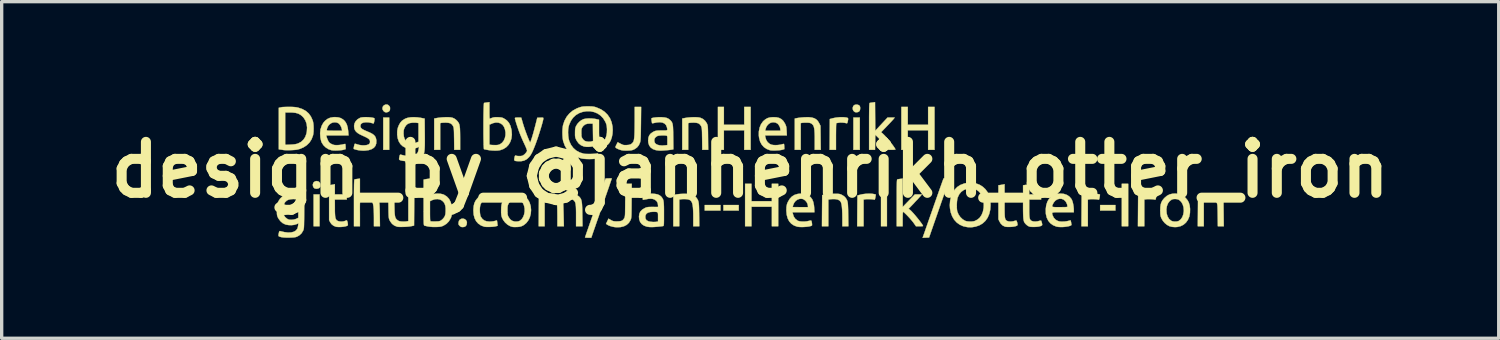
<source format=kicad_pcb>
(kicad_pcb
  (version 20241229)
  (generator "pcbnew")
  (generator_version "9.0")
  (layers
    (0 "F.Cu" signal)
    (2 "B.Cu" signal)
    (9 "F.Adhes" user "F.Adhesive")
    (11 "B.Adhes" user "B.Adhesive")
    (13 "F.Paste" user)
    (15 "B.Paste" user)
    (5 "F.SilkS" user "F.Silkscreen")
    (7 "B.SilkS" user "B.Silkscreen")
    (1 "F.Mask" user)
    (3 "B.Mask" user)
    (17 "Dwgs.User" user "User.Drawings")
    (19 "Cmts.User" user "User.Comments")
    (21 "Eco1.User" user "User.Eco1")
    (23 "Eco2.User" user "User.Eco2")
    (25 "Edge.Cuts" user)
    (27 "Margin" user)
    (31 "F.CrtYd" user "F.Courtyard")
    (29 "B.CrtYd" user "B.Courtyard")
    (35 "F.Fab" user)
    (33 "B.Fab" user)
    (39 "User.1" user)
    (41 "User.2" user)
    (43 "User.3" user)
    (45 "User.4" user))
  (footprint "design_by_@janhenrikh_otter_iron"
    (layer "F.Cu")
    (at 19.384 2.027)
    (property "Reference" "design_by_@janhenrikh_otter_iron" (at 0 0 0) (layer "F.SilkS") (effects (font (size 1.524 1.524) (thickness 0.3))))
    (attr through_hole)
    (fp_poly (pts (xy -12.878 1.689) (xy -13.056 1.689) (xy -13.056 0.737) (xy -12.878 0.737) (xy -12.878 1.689)) (stroke (width 0.01) (type solid)) (fill yes) (layer "F.SilkS"))
    (fp_poly (pts (xy -10.795 -0.597) (xy -10.973 -0.597) (xy -10.973 -1.562) (xy -10.795 -1.562) (xy -10.795 -0.597)) (stroke (width 0.01) (type solid)) (fill yes) (layer "F.SilkS"))
    (fp_poly (pts (xy -0.889 1.219) (xy -1.359 1.219) (xy -1.359 1.054) (xy -0.889 1.054) (xy -0.889 1.219)) (stroke (width 0.01) (type solid)) (fill yes) (layer "F.SilkS"))
    (fp_poly (pts (xy -0.343 1.219) (xy -0.8 1.219) (xy -0.8 1.054) (xy -0.343 1.054) (xy -0.343 1.219)) (stroke (width 0.01) (type solid)) (fill yes) (layer "F.SilkS"))
    (fp_poly (pts (xy 3.277 -0.597) (xy 3.086 -0.597) (xy 3.086 -1.562) (xy 3.277 -1.562) (xy 3.277 -0.597)) (stroke (width 0.01) (type solid)) (fill yes) (layer "F.SilkS"))
    (fp_poly (pts (xy 4.089 1.689) (xy 3.912 1.689) (xy 3.912 0.737) (xy 4.089 0.737) (xy 4.089 1.689)) (stroke (width 0.01) (type solid)) (fill yes) (layer "F.SilkS"))
    (fp_poly (pts (xy 10.922 1.219) (xy 10.465 1.219) (xy 10.465 1.054) (xy 10.922 1.054) (xy 10.922 1.219)) (stroke (width 0.01) (type solid)) (fill yes) (layer "F.SilkS"))
    (fp_poly (pts (xy 11.303 1.689) (xy 11.113 1.689) (xy 11.113 0.419) (xy 11.303 0.419) (xy 11.303 1.689)) (stroke (width 0.01) (type solid)) (fill yes) (layer "F.SilkS"))
    (fp_poly (pts (xy -0.787 -1.346) (xy -0.178 -1.346) (xy -0.178 -1.88) (xy 0.013 -1.88) (xy 0.013 -0.597) (xy -0.178 -0.597) (xy -0.178 -1.181) (xy -0.787 -1.181) (xy -0.787 -0.597) (xy -0.965 -0.597) (xy -0.965 -1.88) (xy -0.787 -1.88) (xy -0.787 -1.346)) (stroke (width 0.01) (type solid)) (fill yes) (layer "F.SilkS"))
    (fp_poly (pts (xy 0.038 0.94) (xy 0.648 0.94) (xy 0.648 0.419) (xy 0.838 0.419) (xy 0.838 1.689) (xy 0.648 1.689) (xy 0.648 1.105) (xy 0.038 1.105) (xy 0.038 1.689) (xy -0.152 1.689) (xy -0.152 0.419) (xy 0.038 0.419) (xy 0.038 0.94)) (stroke (width 0.01) (type solid)) (fill yes) (layer "F.SilkS"))
    (fp_poly (pts (xy 4.712 -1.346) (xy 5.321 -1.346) (xy 5.321 -1.88) (xy 5.512 -1.88) (xy 5.512 -0.597) (xy 5.321 -0.597) (xy 5.321 -1.181) (xy 4.712 -1.181) (xy 4.712 -0.597) (xy 4.521 -0.597) (xy 4.521 -1.88) (xy 4.712 -1.88) (xy 4.712 -1.346)) (stroke (width 0.01) (type solid)) (fill yes) (layer "F.SilkS"))
    (fp_poly (pts (xy -12.916 0.347) (xy -12.885 0.368) (xy -12.861 0.406) (xy -12.851 0.456) (xy -12.858 0.508) (xy -12.86 0.514) (xy -12.884 0.542) (xy -12.923 0.561) (xy -12.969 0.568) (xy -13.015 0.561) (xy -13.026 0.557) (xy -13.058 0.528) (xy -13.076 0.486) (xy -13.079 0.438) (xy -13.064 0.392) (xy -13.052 0.374) (xy -13.012 0.346) (xy -12.964 0.337) (xy -12.916 0.347)) (stroke (width 0.01) (type solid)) (fill yes) (layer "F.SilkS"))
    (fp_poly (pts (xy 4.044 0.344) (xy 4.082 0.37) (xy 4.107 0.409) (xy 4.115 0.451) (xy 4.111 0.498) (xy 4.096 0.529) (xy 4.067 0.551) (xy 4.063 0.553) (xy 4.008 0.57) (xy 3.956 0.563) (xy 3.943 0.557) (xy 3.906 0.523) (xy 3.887 0.478) (xy 3.888 0.429) (xy 3.91 0.381) (xy 3.917 0.372) (xy 3.956 0.343) (xy 4 0.335) (xy 4.044 0.344)) (stroke (width 0.01) (type solid)) (fill yes) (layer "F.SilkS"))
    (fp_poly (pts (xy -10.83 -1.94) (xy -10.81 -1.924) (xy -10.782 -1.895) (xy -10.771 -1.863) (xy -10.77 -1.841) (xy -10.773 -1.793) (xy -10.785 -1.762) (xy -10.81 -1.74) (xy -10.821 -1.733) (xy -10.874 -1.716) (xy -10.921 -1.723) (xy -10.961 -1.752) (xy -10.99 -1.796) (xy -10.998 -1.844) (xy -10.985 -1.889) (xy -10.955 -1.926) (xy -10.908 -1.949) (xy -10.896 -1.951) (xy -10.86 -1.952) (xy -10.83 -1.94)) (stroke (width 0.01) (type solid)) (fill yes) (layer "F.SilkS"))
    (fp_poly (pts (xy 3.218 -1.945) (xy 3.257 -1.928) (xy 3.281 -1.899) (xy 3.281 -1.898) (xy 3.289 -1.857) (xy 3.287 -1.81) (xy 3.276 -1.769) (xy 3.267 -1.754) (xy 3.234 -1.73) (xy 3.188 -1.719) (xy 3.142 -1.723) (xy 3.124 -1.73) (xy 3.088 -1.762) (xy 3.068 -1.807) (xy 3.066 -1.856) (xy 3.082 -1.903) (xy 3.094 -1.919) (xy 3.128 -1.942) (xy 3.172 -1.95) (xy 3.218 -1.945)) (stroke (width 0.01) (type solid)) (fill yes) (layer "F.SilkS"))
    (fp_poly (pts (xy -8.54 1.474) (xy -8.501 1.503) (xy -8.477 1.544) (xy -8.471 1.581) (xy -8.48 1.642) (xy -8.506 1.684) (xy -8.549 1.708) (xy -8.596 1.714) (xy -8.638 1.71) (xy -8.67 1.693) (xy -8.689 1.676) (xy -8.713 1.649) (xy -8.723 1.624) (xy -8.723 1.59) (xy -8.721 1.578) (xy -8.71 1.529) (xy -8.687 1.495) (xy -8.681 1.489) (xy -8.636 1.465) (xy -8.587 1.46) (xy -8.54 1.474)) (stroke (width 0.01) (type solid)) (fill yes) (layer "F.SilkS"))
    (fp_poly (pts (xy 5.874 0.257) (xy 5.876 0.257) (xy 5.964 0.26) (xy 5.349 2.026) (xy 5.156 2.033) (xy 5.207 1.89) (xy 5.294 1.641) (xy 5.372 1.417) (xy 5.444 1.214) (xy 5.507 1.033) (xy 5.563 0.874) (xy 5.612 0.734) (xy 5.654 0.614) (xy 5.69 0.513) (xy 5.72 0.43) (xy 5.743 0.364) (xy 5.761 0.315) (xy 5.773 0.281) (xy 5.78 0.263) (xy 5.782 0.259) (xy 5.797 0.256) (xy 5.83 0.255) (xy 5.874 0.257)) (stroke (width 0.01) (type solid)) (fill yes) (layer "F.SilkS"))
    (fp_poly (pts (xy 3.628 0.716) (xy 3.676 0.722) (xy 3.716 0.73) (xy 3.745 0.737) (xy 3.755 0.74) (xy 3.755 0.754) (xy 3.75 0.785) (xy 3.744 0.824) (xy 3.734 0.867) (xy 3.726 0.89) (xy 3.715 0.896) (xy 3.709 0.894) (xy 3.68 0.887) (xy 3.634 0.882) (xy 3.578 0.879) (xy 3.521 0.878) (xy 3.472 0.879) (xy 3.449 0.882) (xy 3.391 0.891) (xy 3.391 1.689) (xy 3.2 1.689) (xy 3.203 1.229) (xy 3.207 0.769) (xy 3.289 0.746) (xy 3.367 0.729) (xy 3.456 0.718) (xy 3.546 0.714) (xy 3.628 0.716)) (stroke (width 0.01) (type solid)) (fill yes) (layer "F.SilkS"))
    (fp_poly (pts (xy 10.334 0.716) (xy 10.381 0.722) (xy 10.421 0.73) (xy 10.45 0.737) (xy 10.459 0.74) (xy 10.459 0.753) (xy 10.455 0.784) (xy 10.449 0.823) (xy 10.44 0.867) (xy 10.432 0.89) (xy 10.422 0.896) (xy 10.415 0.894) (xy 10.386 0.888) (xy 10.339 0.882) (xy 10.283 0.879) (xy 10.227 0.878) (xy 10.177 0.879) (xy 10.155 0.882) (xy 10.097 0.891) (xy 10.097 1.689) (xy 9.906 1.689) (xy 9.909 1.229) (xy 9.912 0.769) (xy 9.995 0.746) (xy 10.073 0.729) (xy 10.162 0.718) (xy 10.252 0.714) (xy 10.334 0.716)) (stroke (width 0.01) (type solid)) (fill yes) (layer "F.SilkS"))
    (fp_poly (pts (xy 12.023 0.716) (xy 12.07 0.722) (xy 12.111 0.73) (xy 12.139 0.737) (xy 12.149 0.74) (xy 12.149 0.754) (xy 12.145 0.785) (xy 12.139 0.824) (xy 12.129 0.867) (xy 12.12 0.89) (xy 12.11 0.896) (xy 12.104 0.894) (xy 12.075 0.887) (xy 12.028 0.882) (xy 11.973 0.879) (xy 11.916 0.878) (xy 11.866 0.879) (xy 11.844 0.882) (xy 11.786 0.891) (xy 11.786 1.689) (xy 11.595 1.689) (xy 11.598 1.229) (xy 11.601 0.769) (xy 11.684 0.746) (xy 11.762 0.729) (xy 11.851 0.718) (xy 11.941 0.714) (xy 12.023 0.716)) (stroke (width 0.01) (type solid)) (fill yes) (layer "F.SilkS"))
    (fp_poly (pts (xy 2.821 -1.569) (xy 2.876 -1.563) (xy 2.909 -1.554) (xy 2.926 -1.539) (xy 2.929 -1.514) (xy 2.923 -1.474) (xy 2.92 -1.462) (xy 2.911 -1.419) (xy 2.902 -1.397) (xy 2.892 -1.39) (xy 2.88 -1.392) (xy 2.824 -1.404) (xy 2.757 -1.411) (xy 2.693 -1.412) (xy 2.657 -1.408) (xy 2.618 -1.402) (xy 2.589 -1.398) (xy 2.581 -1.398) (xy 2.577 -1.392) (xy 2.573 -1.374) (xy 2.57 -1.342) (xy 2.568 -1.293) (xy 2.567 -1.226) (xy 2.566 -1.138) (xy 2.565 -1.028) (xy 2.565 -0.997) (xy 2.565 -0.597) (xy 2.375 -0.597) (xy 2.378 -1.057) (xy 2.381 -1.517) (xy 2.464 -1.54) (xy 2.567 -1.561) (xy 2.679 -1.572) (xy 2.787 -1.572) (xy 2.821 -1.569)) (stroke (width 0.01) (type solid)) (fill yes) (layer "F.SilkS"))
    (fp_poly (pts (xy 13.854 0.717) (xy 13.897 0.723) (xy 13.981 0.753) (xy 14.052 0.805) (xy 14.109 0.877) (xy 14.116 0.889) (xy 14.154 0.959) (xy 14.158 1.324) (xy 14.162 1.689) (xy 13.985 1.689) (xy 13.98 1.362) (xy 13.979 1.261) (xy 13.977 1.182) (xy 13.975 1.122) (xy 13.973 1.077) (xy 13.969 1.044) (xy 13.964 1.019) (xy 13.958 1) (xy 13.951 0.985) (xy 13.919 0.936) (xy 13.88 0.904) (xy 13.828 0.886) (xy 13.766 0.878) (xy 13.711 0.877) (xy 13.656 0.879) (xy 13.621 0.882) (xy 13.564 0.891) (xy 13.564 1.689) (xy 13.385 1.689) (xy 13.389 1.222) (xy 13.392 0.756) (xy 13.468 0.74) (xy 13.538 0.728) (xy 13.619 0.72) (xy 13.704 0.715) (xy 13.785 0.714) (xy 13.854 0.717)) (stroke (width 0.01) (type solid)) (fill yes) (layer "F.SilkS"))
    (fp_poly (pts (xy 1.847 -1.561) (xy 1.92 -1.539) (xy 1.98 -1.503) (xy 2.027 -1.452) (xy 2.066 -1.387) (xy 2.102 -1.314) (xy 2.106 -0.956) (xy 2.11 -0.597) (xy 1.93 -0.597) (xy 1.93 -0.874) (xy 1.93 -0.996) (xy 1.927 -1.096) (xy 1.922 -1.176) (xy 1.914 -1.239) (xy 1.902 -1.288) (xy 1.886 -1.325) (xy 1.865 -1.353) (xy 1.838 -1.376) (xy 1.825 -1.385) (xy 1.797 -1.398) (xy 1.762 -1.406) (xy 1.712 -1.409) (xy 1.676 -1.409) (xy 1.623 -1.409) (xy 1.576 -1.406) (xy 1.545 -1.403) (xy 1.54 -1.402) (xy 1.511 -1.394) (xy 1.511 -0.597) (xy 1.333 -0.597) (xy 1.333 -1.532) (xy 1.413 -1.548) (xy 1.459 -1.555) (xy 1.521 -1.562) (xy 1.59 -1.568) (xy 1.645 -1.571) (xy 1.756 -1.572) (xy 1.847 -1.561)) (stroke (width 0.01) (type solid)) (fill yes) (layer "F.SilkS"))
    (fp_poly (pts (xy -4.155 0.257) (xy -4.14 0.261) (xy -4.14 0.261) (xy -4.144 0.275) (xy -4.156 0.31) (xy -4.175 0.365) (xy -4.2 0.438) (xy -4.23 0.527) (xy -4.266 0.63) (xy -4.306 0.745) (xy -4.349 0.869) (xy -4.395 1.002) (xy -4.415 1.059) (xy -4.463 1.197) (xy -4.509 1.331) (xy -4.553 1.457) (xy -4.594 1.573) (xy -4.63 1.678) (xy -4.662 1.769) (xy -4.688 1.844) (xy -4.707 1.899) (xy -4.719 1.934) (xy -4.721 1.94) (xy -4.752 2.032) (xy -4.846 2.032) (xy -4.891 2.031) (xy -4.924 2.028) (xy -4.939 2.023) (xy -4.94 2.022) (xy -4.935 2.009) (xy -4.923 1.974) (xy -4.904 1.918) (xy -4.879 1.845) (xy -4.847 1.755) (xy -4.811 1.65) (xy -4.77 1.533) (xy -4.725 1.405) (xy -4.677 1.269) (xy -4.631 1.137) (xy -4.323 0.26) (xy -4.232 0.257) (xy -4.187 0.256) (xy -4.155 0.257)) (stroke (width 0.01) (type solid)) (fill yes) (layer "F.SilkS"))
    (fp_poly (pts (xy -12.421 0.737) (xy -12.065 0.737) (xy -12.065 0.889) (xy -12.421 0.889) (xy -12.42 1.133) (xy -12.42 1.236) (xy -12.417 1.316) (xy -12.413 1.378) (xy -12.407 1.424) (xy -12.397 1.459) (xy -12.384 1.485) (xy -12.368 1.507) (xy -12.365 1.51) (xy -12.327 1.533) (xy -12.273 1.546) (xy -12.212 1.549) (xy -12.153 1.541) (xy -12.123 1.532) (xy -12.09 1.519) (xy -12.068 1.512) (xy -12.064 1.511) (xy -12.055 1.523) (xy -12.046 1.551) (xy -12.037 1.587) (xy -12.032 1.624) (xy -12.031 1.653) (xy -12.034 1.663) (xy -12.064 1.68) (xy -12.112 1.694) (xy -12.173 1.704) (xy -12.239 1.71) (xy -12.306 1.711) (xy -12.365 1.707) (xy -12.392 1.702) (xy -12.461 1.673) (xy -12.521 1.625) (xy -12.562 1.566) (xy -12.592 1.505) (xy -12.592 0.465) (xy -12.548 0.456) (xy -12.503 0.448) (xy -12.462 0.44) (xy -12.421 0.432) (xy -12.421 0.737)) (stroke (width 0.01) (type solid)) (fill yes) (layer "F.SilkS"))
    (fp_poly (pts (xy -1.875 0.718) (xy -1.827 0.72) (xy -1.791 0.724) (xy -1.761 0.732) (xy -1.732 0.743) (xy -1.711 0.753) (xy -1.645 0.795) (xy -1.602 0.842) (xy -1.583 0.872) (xy -1.567 0.9) (xy -1.555 0.928) (xy -1.546 0.961) (xy -1.539 1.002) (xy -1.534 1.055) (xy -1.531 1.121) (xy -1.529 1.206) (xy -1.527 1.312) (xy -1.527 1.337) (xy -1.522 1.689) (xy -1.702 1.689) (xy -1.702 1.438) (xy -1.703 1.309) (xy -1.707 1.203) (xy -1.713 1.117) (xy -1.723 1.049) (xy -1.736 0.996) (xy -1.754 0.956) (xy -1.776 0.927) (xy -1.805 0.905) (xy -1.817 0.899) (xy -1.856 0.886) (xy -1.913 0.878) (xy -1.977 0.876) (xy -2.04 0.878) (xy -2.081 0.884) (xy -2.121 0.892) (xy -2.121 1.689) (xy -2.299 1.689) (xy -2.299 0.753) (xy -2.2 0.735) (xy -2.147 0.728) (xy -2.077 0.722) (xy -2.002 0.719) (xy -1.943 0.718) (xy -1.875 0.718)) (stroke (width 0.01) (type solid)) (fill yes) (layer "F.SilkS"))
    (fp_poly (pts (xy 7.607 0.737) (xy 7.963 0.737) (xy 7.963 0.889) (xy 7.607 0.889) (xy 7.607 1.156) (xy 7.608 1.259) (xy 7.61 1.339) (xy 7.614 1.4) (xy 7.621 1.446) (xy 7.631 1.479) (xy 7.645 1.502) (xy 7.664 1.519) (xy 7.682 1.53) (xy 7.732 1.545) (xy 7.795 1.548) (xy 7.861 1.541) (xy 7.9 1.53) (xy 7.935 1.521) (xy 7.958 1.519) (xy 7.963 1.521) (xy 7.971 1.538) (xy 7.982 1.571) (xy 7.987 1.593) (xy 7.995 1.632) (xy 7.993 1.656) (xy 7.975 1.672) (xy 7.939 1.686) (xy 7.925 1.69) (xy 7.882 1.699) (xy 7.824 1.706) (xy 7.759 1.709) (xy 7.697 1.709) (xy 7.646 1.705) (xy 7.62 1.7) (xy 7.55 1.666) (xy 7.493 1.611) (xy 7.457 1.551) (xy 7.423 1.48) (xy 7.423 0.464) (xy 7.48 0.455) (xy 7.524 0.448) (xy 7.564 0.441) (xy 7.572 0.439) (xy 7.607 0.432) (xy 7.607 0.737)) (stroke (width 0.01) (type solid)) (fill yes) (layer "F.SilkS"))
    (fp_poly (pts (xy -10.64 1.051) (xy -10.637 1.159) (xy -10.635 1.245) (xy -10.631 1.313) (xy -10.625 1.364) (xy -10.618 1.404) (xy -10.608 1.434) (xy -10.594 1.459) (xy -10.578 1.48) (xy -10.574 1.484) (xy -10.543 1.511) (xy -10.506 1.532) (xy -10.468 1.542) (xy -10.413 1.548) (xy -10.352 1.549) (xy -10.294 1.546) (xy -10.263 1.541) (xy -10.223 1.534) (xy -10.223 0.737) (xy -10.045 0.737) (xy -10.052 1.669) (xy -10.128 1.685) (xy -10.18 1.694) (xy -10.246 1.701) (xy -10.32 1.706) (xy -10.394 1.708) (xy -10.462 1.709) (xy -10.519 1.707) (xy -10.557 1.702) (xy -10.557 1.702) (xy -10.642 1.668) (xy -10.711 1.615) (xy -10.766 1.541) (xy -10.785 1.505) (xy -10.793 1.485) (xy -10.8 1.465) (xy -10.805 1.442) (xy -10.809 1.412) (xy -10.812 1.372) (xy -10.814 1.319) (xy -10.816 1.249) (xy -10.817 1.159) (xy -10.818 1.089) (xy -10.822 0.737) (xy -10.645 0.737) (xy -10.64 1.051)) (stroke (width 0.01) (type solid)) (fill yes) (layer "F.SilkS"))
    (fp_poly (pts (xy -8.963 -1.568) (xy -8.9 -1.555) (xy -8.848 -1.532) (xy -8.802 -1.499) (xy -8.777 -1.476) (xy -8.749 -1.446) (xy -8.727 -1.416) (xy -8.709 -1.384) (xy -8.696 -1.345) (xy -8.687 -1.297) (xy -8.68 -1.236) (xy -8.677 -1.16) (xy -8.675 -1.065) (xy -8.674 -0.948) (xy -8.674 -0.929) (xy -8.674 -0.597) (xy -8.85 -0.597) (xy -8.854 -0.924) (xy -8.856 -1.025) (xy -8.857 -1.104) (xy -8.859 -1.164) (xy -8.862 -1.209) (xy -8.866 -1.243) (xy -8.87 -1.267) (xy -8.877 -1.286) (xy -8.884 -1.302) (xy -8.914 -1.35) (xy -8.953 -1.382) (xy -9.003 -1.401) (xy -9.071 -1.409) (xy -9.105 -1.41) (xy -9.158 -1.409) (xy -9.205 -1.406) (xy -9.237 -1.403) (xy -9.242 -1.402) (xy -9.271 -1.394) (xy -9.271 -0.597) (xy -9.449 -0.597) (xy -9.449 -1.532) (xy -9.369 -1.548) (xy -9.324 -1.555) (xy -9.262 -1.562) (xy -9.192 -1.568) (xy -9.137 -1.571) (xy -9.04 -1.573) (xy -8.963 -1.568)) (stroke (width 0.01) (type solid)) (fill yes) (layer "F.SilkS"))
    (fp_poly (pts (xy -1.557 -1.568) (xy -1.504 -1.559) (xy -1.498 -1.558) (xy -1.417 -1.522) (xy -1.349 -1.465) (xy -1.299 -1.393) (xy -1.294 -1.382) (xy -1.285 -1.361) (xy -1.278 -1.341) (xy -1.273 -1.318) (xy -1.269 -1.29) (xy -1.266 -1.251) (xy -1.264 -1.201) (xy -1.262 -1.134) (xy -1.261 -1.048) (xy -1.26 -0.956) (xy -1.256 -0.597) (xy -1.433 -0.597) (xy -1.437 -0.924) (xy -1.439 -1.025) (xy -1.44 -1.104) (xy -1.442 -1.164) (xy -1.445 -1.209) (xy -1.449 -1.243) (xy -1.454 -1.267) (xy -1.46 -1.286) (xy -1.467 -1.302) (xy -1.498 -1.35) (xy -1.536 -1.382) (xy -1.587 -1.401) (xy -1.655 -1.409) (xy -1.688 -1.41) (xy -1.742 -1.409) (xy -1.788 -1.406) (xy -1.82 -1.403) (xy -1.826 -1.402) (xy -1.854 -1.394) (xy -1.854 -0.597) (xy -2.032 -0.597) (xy -2.032 -1.532) (xy -1.953 -1.548) (xy -1.878 -1.56) (xy -1.795 -1.568) (xy -1.709 -1.572) (xy -1.628 -1.572) (xy -1.557 -1.568)) (stroke (width 0.01) (type solid)) (fill yes) (layer "F.SilkS"))
    (fp_poly (pts (xy 2.619 0.719) (xy 2.656 0.722) (xy 2.685 0.728) (xy 2.712 0.737) (xy 2.741 0.751) (xy 2.746 0.753) (xy 2.812 0.795) (xy 2.856 0.842) (xy 2.875 0.872) (xy 2.891 0.9) (xy 2.903 0.928) (xy 2.912 0.961) (xy 2.919 1.002) (xy 2.923 1.055) (xy 2.926 1.121) (xy 2.929 1.206) (xy 2.93 1.312) (xy 2.931 1.337) (xy 2.936 1.689) (xy 2.756 1.689) (xy 2.756 1.451) (xy 2.754 1.308) (xy 2.749 1.189) (xy 2.741 1.094) (xy 2.729 1.022) (xy 2.714 0.974) (xy 2.709 0.962) (xy 2.672 0.919) (xy 2.619 0.891) (xy 2.548 0.878) (xy 2.507 0.876) (xy 2.455 0.877) (xy 2.408 0.88) (xy 2.376 0.884) (xy 2.337 0.892) (xy 2.337 1.689) (xy 2.146 1.689) (xy 2.149 1.223) (xy 2.153 0.757) (xy 2.235 0.738) (xy 2.286 0.73) (xy 2.354 0.724) (xy 2.434 0.72) (xy 2.496 0.719) (xy 2.567 0.719) (xy 2.619 0.719)) (stroke (width 0.01) (type solid)) (fill yes) (layer "F.SilkS"))
    (fp_poly (pts (xy -3.546 0.93) (xy -3.547 1.058) (xy -3.548 1.162) (xy -3.549 1.247) (xy -3.55 1.314) (xy -3.552 1.366) (xy -3.554 1.405) (xy -3.558 1.435) (xy -3.562 1.458) (xy -3.567 1.476) (xy -3.573 1.493) (xy -3.58 1.508) (xy -3.628 1.586) (xy -3.694 1.647) (xy -3.777 1.69) (xy -3.875 1.714) (xy -3.988 1.719) (xy -4.053 1.714) (xy -4.122 1.701) (xy -4.19 1.681) (xy -4.248 1.657) (xy -4.281 1.637) (xy -4.311 1.615) (xy -4.274 1.538) (xy -4.237 1.461) (xy -4.167 1.502) (xy -4.131 1.522) (xy -4.1 1.534) (xy -4.067 1.54) (xy -4.023 1.543) (xy -3.979 1.543) (xy -3.909 1.54) (xy -3.857 1.531) (xy -3.819 1.512) (xy -3.788 1.481) (xy -3.766 1.446) (xy -3.759 1.434) (xy -3.754 1.42) (xy -3.75 1.402) (xy -3.746 1.376) (xy -3.743 1.341) (xy -3.741 1.294) (xy -3.74 1.232) (xy -3.739 1.153) (xy -3.738 1.054) (xy -3.737 0.932) (xy -3.736 0.911) (xy -3.733 0.419) (xy -3.542 0.419) (xy -3.546 0.93)) (stroke (width 0.01) (type solid)) (fill yes) (layer "F.SilkS"))
    (fp_poly (pts (xy 3.74 -1.167) (xy 4.108 -1.562) (xy 4.32 -1.562) (xy 4.295 -1.527) (xy 4.278 -1.507) (xy 4.247 -1.473) (xy 4.205 -1.427) (xy 4.154 -1.373) (xy 4.099 -1.315) (xy 4.092 -1.308) (xy 3.915 -1.124) (xy 3.978 -1.068) (xy 4.016 -1.031) (xy 4.061 -0.983) (xy 4.11 -0.926) (xy 4.161 -0.865) (xy 4.211 -0.803) (xy 4.257 -0.744) (xy 4.295 -0.691) (xy 4.324 -0.647) (xy 4.341 -0.617) (xy 4.343 -0.607) (xy 4.332 -0.603) (xy 4.301 -0.599) (xy 4.256 -0.597) (xy 4.239 -0.597) (xy 4.134 -0.598) (xy 4.077 -0.683) (xy 4.047 -0.723) (xy 4.003 -0.775) (xy 3.952 -0.833) (xy 3.897 -0.891) (xy 3.88 -0.908) (xy 3.74 -1.048) (xy 3.737 -0.822) (xy 3.733 -0.597) (xy 3.556 -0.597) (xy 3.556 -1.294) (xy 3.556 -1.449) (xy 3.556 -1.58) (xy 3.557 -1.69) (xy 3.558 -1.779) (xy 3.559 -1.85) (xy 3.561 -1.905) (xy 3.563 -1.946) (xy 3.565 -1.973) (xy 3.568 -1.99) (xy 3.572 -1.997) (xy 3.573 -1.998) (xy 3.595 -2.003) (xy 3.632 -2.009) (xy 3.662 -2.013) (xy 3.733 -2.022) (xy 3.74 -1.167)) (stroke (width 0.01) (type solid)) (fill yes) (layer "F.SilkS"))
    (fp_poly (pts (xy -3.267 -1.381) (xy -3.269 -1.251) (xy -3.27 -1.144) (xy -3.272 -1.056) (xy -3.274 -0.987) (xy -3.277 -0.933) (xy -3.28 -0.891) (xy -3.284 -0.859) (xy -3.289 -0.835) (xy -3.293 -0.818) (xy -3.331 -0.733) (xy -3.384 -0.668) (xy -3.454 -0.619) (xy -3.463 -0.614) (xy -3.499 -0.598) (xy -3.533 -0.587) (xy -3.57 -0.58) (xy -3.619 -0.576) (xy -3.677 -0.574) (xy -3.745 -0.574) (xy -3.795 -0.576) (xy -3.837 -0.582) (xy -3.878 -0.593) (xy -3.902 -0.601) (xy -3.948 -0.619) (xy -3.988 -0.638) (xy -4.012 -0.653) (xy -4.025 -0.666) (xy -4.03 -0.679) (xy -4.025 -0.699) (xy -4.009 -0.732) (xy -4 -0.75) (xy -3.963 -0.824) (xy -3.877 -0.779) (xy -3.83 -0.756) (xy -3.795 -0.743) (xy -3.759 -0.738) (xy -3.713 -0.738) (xy -3.693 -0.739) (xy -3.626 -0.745) (xy -3.575 -0.761) (xy -3.536 -0.788) (xy -3.503 -0.826) (xy -3.491 -0.848) (xy -3.481 -0.878) (xy -3.473 -0.919) (xy -3.466 -0.972) (xy -3.461 -1.041) (xy -3.458 -1.127) (xy -3.456 -1.232) (xy -3.455 -1.359) (xy -3.454 -1.451) (xy -3.454 -1.88) (xy -3.262 -1.88) (xy -3.267 -1.381)) (stroke (width 0.01) (type solid)) (fill yes) (layer "F.SilkS"))
    (fp_poly (pts (xy 8.344 0.737) (xy 8.7 0.737) (xy 8.7 0.889) (xy 8.344 0.889) (xy 8.344 1.156) (xy 8.344 1.259) (xy 8.346 1.339) (xy 8.35 1.4) (xy 8.357 1.446) (xy 8.367 1.479) (xy 8.382 1.502) (xy 8.4 1.519) (xy 8.418 1.53) (xy 8.469 1.545) (xy 8.531 1.548) (xy 8.598 1.541) (xy 8.637 1.53) (xy 8.671 1.521) (xy 8.695 1.519) (xy 8.7 1.521) (xy 8.708 1.538) (xy 8.718 1.571) (xy 8.724 1.593) (xy 8.732 1.632) (xy 8.729 1.656) (xy 8.712 1.672) (xy 8.676 1.686) (xy 8.661 1.69) (xy 8.617 1.7) (xy 8.557 1.706) (xy 8.49 1.709) (xy 8.426 1.708) (xy 8.373 1.704) (xy 8.351 1.699) (xy 8.31 1.681) (xy 8.266 1.649) (xy 8.249 1.633) (xy 8.228 1.611) (xy 8.211 1.59) (xy 8.196 1.567) (xy 8.185 1.539) (xy 8.177 1.505) (xy 8.17 1.46) (xy 8.166 1.404) (xy 8.163 1.334) (xy 8.161 1.246) (xy 8.16 1.139) (xy 8.16 1.01) (xy 8.16 0.959) (xy 8.16 0.464) (xy 8.217 0.455) (xy 8.261 0.448) (xy 8.3 0.441) (xy 8.309 0.439) (xy 8.344 0.432) (xy 8.344 0.737)) (stroke (width 0.01) (type solid)) (fill yes) (layer "F.SilkS"))
    (fp_poly (pts (xy 4.56 0.688) (xy 4.561 1.111) (xy 4.924 0.737) (xy 5.133 0.737) (xy 5.106 0.772) (xy 5.089 0.792) (xy 5.057 0.826) (xy 5.015 0.873) (xy 4.964 0.926) (xy 4.91 0.984) (xy 4.908 0.987) (xy 4.737 1.167) (xy 4.782 1.201) (xy 4.811 1.227) (xy 4.849 1.267) (xy 4.895 1.318) (xy 4.944 1.375) (xy 4.995 1.437) (xy 5.044 1.498) (xy 5.088 1.556) (xy 5.126 1.607) (xy 5.153 1.648) (xy 5.167 1.675) (xy 5.169 1.681) (xy 5.157 1.685) (xy 5.126 1.688) (xy 5.081 1.689) (xy 5.064 1.689) (xy 4.958 1.689) (xy 4.889 1.591) (xy 4.858 1.55) (xy 4.817 1.501) (xy 4.772 1.449) (xy 4.724 1.397) (xy 4.677 1.348) (xy 4.635 1.307) (xy 4.601 1.276) (xy 4.579 1.259) (xy 4.573 1.257) (xy 4.568 1.268) (xy 4.563 1.299) (xy 4.561 1.353) (xy 4.559 1.431) (xy 4.559 1.473) (xy 4.559 1.689) (xy 4.381 1.689) (xy 4.381 0.992) (xy 4.382 0.837) (xy 4.382 0.706) (xy 4.382 0.596) (xy 4.383 0.507) (xy 4.385 0.436) (xy 4.386 0.381) (xy 4.388 0.34) (xy 4.391 0.313) (xy 4.394 0.296) (xy 4.398 0.289) (xy 4.399 0.288) (xy 4.42 0.283) (xy 4.457 0.277) (xy 4.487 0.273) (xy 4.559 0.264) (xy 4.56 0.688)) (stroke (width 0.01) (type solid)) (fill yes) (layer "F.SilkS"))
    (fp_poly (pts (xy -11.671 0.739) (xy -11.617 0.728) (xy -11.579 0.723) (xy -11.526 0.72) (xy -11.466 0.718) (xy -11.449 0.718) (xy -11.389 0.719) (xy -11.346 0.723) (xy -11.31 0.732) (xy -11.272 0.749) (xy -11.263 0.753) (xy -11.218 0.779) (xy -11.178 0.811) (xy -11.158 0.832) (xy -11.137 0.861) (xy -11.12 0.888) (xy -11.107 0.918) (xy -11.097 0.953) (xy -11.09 0.997) (xy -11.085 1.053) (xy -11.082 1.124) (xy -11.079 1.214) (xy -11.077 1.326) (xy -11.077 1.337) (xy -11.072 1.689) (xy -11.252 1.689) (xy -11.252 1.432) (xy -11.254 1.296) (xy -11.258 1.184) (xy -11.266 1.093) (xy -11.279 1.022) (xy -11.298 0.967) (xy -11.323 0.928) (xy -11.357 0.901) (xy -11.399 0.886) (xy -11.451 0.88) (xy -11.514 0.88) (xy -11.519 0.88) (xy -11.561 0.882) (xy -11.595 0.883) (xy -11.621 0.887) (xy -11.64 0.896) (xy -11.654 0.912) (xy -11.663 0.939) (xy -11.669 0.978) (xy -11.671 1.033) (xy -11.672 1.106) (xy -11.672 1.199) (xy -11.671 1.297) (xy -11.671 1.689) (xy -11.849 1.689) (xy -11.849 0.992) (xy -11.849 0.837) (xy -11.849 0.706) (xy -11.848 0.596) (xy -11.847 0.507) (xy -11.846 0.436) (xy -11.844 0.381) (xy -11.842 0.34) (xy -11.84 0.313) (xy -11.837 0.296) (xy -11.833 0.289) (xy -11.832 0.288) (xy -11.811 0.283) (xy -11.773 0.277) (xy -11.743 0.273) (xy -11.671 0.264) (xy -11.671 0.739)) (stroke (width 0.01) (type solid)) (fill yes) (layer "F.SilkS"))
    (fp_poly (pts (xy -7.748 0.714) (xy -7.686 0.721) (xy -7.633 0.732) (xy -7.593 0.745) (xy -7.572 0.759) (xy -7.569 0.766) (xy -7.572 0.786) (xy -7.58 0.822) (xy -7.59 0.862) (xy -7.6 0.896) (xy -7.601 0.897) (xy -7.612 0.904) (xy -7.638 0.9) (xy -7.66 0.893) (xy -7.718 0.88) (xy -7.784 0.874) (xy -7.85 0.876) (xy -7.906 0.885) (xy -7.925 0.892) (xy -7.988 0.932) (xy -8.041 0.993) (xy -8.06 1.026) (xy -8.074 1.072) (xy -8.083 1.134) (xy -8.086 1.204) (xy -8.083 1.276) (xy -8.075 1.341) (xy -8.062 1.392) (xy -8.056 1.403) (xy -8.011 1.468) (xy -7.956 1.513) (xy -7.886 1.54) (xy -7.8 1.549) (xy -7.788 1.549) (xy -7.731 1.546) (xy -7.674 1.539) (xy -7.638 1.531) (xy -7.603 1.521) (xy -7.579 1.515) (xy -7.574 1.515) (xy -7.571 1.528) (xy -7.567 1.559) (xy -7.562 1.596) (xy -7.553 1.674) (xy -7.603 1.689) (xy -7.645 1.697) (xy -7.704 1.704) (xy -7.771 1.708) (xy -7.839 1.709) (xy -7.899 1.708) (xy -7.945 1.703) (xy -7.954 1.701) (xy -8.051 1.665) (xy -8.132 1.61) (xy -8.196 1.537) (xy -8.242 1.447) (xy -8.27 1.34) (xy -8.278 1.219) (xy -8.277 1.182) (xy -8.268 1.081) (xy -8.248 0.999) (xy -8.215 0.928) (xy -8.167 0.864) (xy -8.142 0.837) (xy -8.076 0.781) (xy -8.009 0.743) (xy -7.932 0.72) (xy -7.841 0.712) (xy -7.812 0.711) (xy -7.748 0.714)) (stroke (width 0.01) (type solid)) (fill yes) (layer "F.SilkS"))
    (fp_poly (pts (xy -13.702 -1.88) (xy -13.635 -1.876) (xy -13.578 -1.87) (xy -13.526 -1.86) (xy -13.509 -1.855) (xy -13.387 -1.813) (xy -13.285 -1.756) (xy -13.201 -1.682) (xy -13.136 -1.591) (xy -13.086 -1.481) (xy -13.076 -1.448) (xy -13.064 -1.389) (xy -13.057 -1.313) (xy -13.055 -1.229) (xy -13.057 -1.145) (xy -13.065 -1.069) (xy -13.075 -1.023) (xy -13.117 -0.912) (xy -13.179 -0.815) (xy -13.261 -0.734) (xy -13.36 -0.669) (xy -13.477 -0.621) (xy -13.546 -0.603) (xy -13.588 -0.597) (xy -13.647 -0.592) (xy -13.715 -0.588) (xy -13.787 -0.586) (xy -13.855 -0.585) (xy -13.912 -0.587) (xy -13.952 -0.59) (xy -13.957 -0.591) (xy -13.981 -0.595) (xy -14.018 -0.601) (xy -14.037 -0.603) (xy -14.097 -0.611) (xy -14.097 -1.232) (xy -14.097 -1.714) (xy -13.906 -1.714) (xy -13.906 -0.746) (xy -13.751 -0.752) (xy -13.672 -0.757) (xy -13.611 -0.764) (xy -13.562 -0.774) (xy -13.52 -0.788) (xy -13.431 -0.834) (xy -13.36 -0.899) (xy -13.306 -0.982) (xy -13.27 -1.083) (xy -13.258 -1.145) (xy -13.251 -1.264) (xy -13.265 -1.374) (xy -13.301 -1.474) (xy -13.356 -1.56) (xy -13.392 -1.598) (xy -13.45 -1.645) (xy -13.514 -1.679) (xy -13.589 -1.701) (xy -13.68 -1.712) (xy -13.768 -1.714) (xy -13.906 -1.714) (xy -14.097 -1.714) (xy -14.097 -1.854) (xy -14.065 -1.86) (xy -14.026 -1.868) (xy -14.001 -1.874) (xy -13.976 -1.876) (xy -13.932 -1.878) (xy -13.874 -1.88) (xy -13.808 -1.881) (xy -13.788 -1.881) (xy -13.702 -1.88)) (stroke (width 0.01) (type solid)) (fill yes) (layer "F.SilkS"))
    (fp_poly (pts (xy 0.779 -1.57) (xy 0.864 -1.551) (xy 0.935 -1.514) (xy 0.992 -1.458) (xy 1.04 -1.382) (xy 1.043 -1.377) (xy 1.062 -1.335) (xy 1.075 -1.298) (xy 1.083 -1.257) (xy 1.087 -1.205) (xy 1.09 -1.161) (xy 1.096 -1.029) (xy 0.443 -1.029) (xy 0.452 -0.981) (xy 0.477 -0.896) (xy 0.52 -0.827) (xy 0.58 -0.776) (xy 0.634 -0.751) (xy 0.685 -0.741) (xy 0.752 -0.737) (xy 0.825 -0.74) (xy 0.895 -0.749) (xy 0.93 -0.757) (xy 0.97 -0.768) (xy 0.999 -0.773) (xy 1.01 -0.773) (xy 1.013 -0.758) (xy 1.017 -0.725) (xy 1.019 -0.692) (xy 1.022 -0.618) (xy 0.965 -0.6) (xy 0.921 -0.591) (xy 0.861 -0.583) (xy 0.792 -0.579) (xy 0.721 -0.576) (xy 0.658 -0.577) (xy 0.608 -0.582) (xy 0.594 -0.584) (xy 0.494 -0.622) (xy 0.411 -0.678) (xy 0.345 -0.752) (xy 0.296 -0.843) (xy 0.267 -0.951) (xy 0.258 -1.022) (xy 0.259 -1.146) (xy 0.264 -1.168) (xy 0.447 -1.168) (xy 0.902 -1.168) (xy 0.902 -1.209) (xy 0.893 -1.26) (xy 0.869 -1.315) (xy 0.836 -1.362) (xy 0.812 -1.385) (xy 0.75 -1.414) (xy 0.683 -1.421) (xy 0.616 -1.408) (xy 0.556 -1.373) (xy 0.552 -1.369) (xy 0.508 -1.323) (xy 0.478 -1.272) (xy 0.46 -1.216) (xy 0.447 -1.168) (xy 0.264 -1.168) (xy 0.281 -1.259) (xy 0.322 -1.359) (xy 0.381 -1.443) (xy 0.396 -1.459) (xy 0.457 -1.51) (xy 0.519 -1.545) (xy 0.591 -1.565) (xy 0.676 -1.573) (xy 0.779 -1.57)) (stroke (width 0.01) (type solid)) (fill yes) (layer "F.SilkS"))
    (fp_poly (pts (xy 12.805 0.719) (xy 12.89 0.745) (xy 12.966 0.791) (xy 13.018 0.837) (xy 13.076 0.907) (xy 13.117 0.982) (xy 13.142 1.069) (xy 13.154 1.169) (xy 13.151 1.292) (xy 13.13 1.402) (xy 13.089 1.498) (xy 13.032 1.578) (xy 12.959 1.642) (xy 12.872 1.686) (xy 12.772 1.71) (xy 12.703 1.714) (xy 12.614 1.707) (xy 12.539 1.688) (xy 12.535 1.686) (xy 12.464 1.648) (xy 12.396 1.591) (xy 12.338 1.522) (xy 12.296 1.448) (xy 12.293 1.441) (xy 12.279 1.404) (xy 12.27 1.368) (xy 12.265 1.327) (xy 12.263 1.273) (xy 12.262 1.213) (xy 12.263 1.205) (xy 12.446 1.205) (xy 12.455 1.31) (xy 12.482 1.399) (xy 12.527 1.471) (xy 12.589 1.524) (xy 12.592 1.526) (xy 12.635 1.542) (xy 12.691 1.549) (xy 12.75 1.547) (xy 12.8 1.537) (xy 12.813 1.531) (xy 12.871 1.487) (xy 12.917 1.424) (xy 12.949 1.344) (xy 12.965 1.253) (xy 12.967 1.213) (xy 12.958 1.116) (xy 12.931 1.03) (xy 12.889 0.959) (xy 12.833 0.907) (xy 12.81 0.893) (xy 12.766 0.879) (xy 12.711 0.873) (xy 12.656 0.876) (xy 12.613 0.888) (xy 12.61 0.889) (xy 12.545 0.936) (xy 12.495 1.002) (xy 12.462 1.084) (xy 12.447 1.178) (xy 12.446 1.205) (xy 12.263 1.205) (xy 12.265 1.116) (xy 12.276 1.038) (xy 12.296 0.974) (xy 12.327 0.916) (xy 12.372 0.86) (xy 12.394 0.837) (xy 12.465 0.777) (xy 12.541 0.737) (xy 12.627 0.716) (xy 12.706 0.711) (xy 12.805 0.719)) (stroke (width 0.01) (type solid)) (fill yes) (layer "F.SilkS"))
    (fp_poly (pts (xy -6.897 0.723) (xy -6.801 0.756) (xy -6.718 0.81) (xy -6.65 0.883) (xy -6.599 0.974) (xy -6.566 1.08) (xy -6.564 1.089) (xy -6.553 1.203) (xy -6.562 1.314) (xy -6.589 1.417) (xy -6.633 1.51) (xy -6.693 1.589) (xy -6.767 1.651) (xy -6.804 1.672) (xy -6.847 1.691) (xy -6.889 1.702) (xy -6.939 1.709) (xy -6.991 1.711) (xy -7.051 1.712) (xy -7.095 1.71) (xy -7.133 1.702) (xy -7.173 1.687) (xy -7.182 1.684) (xy -7.258 1.64) (xy -7.329 1.577) (xy -7.386 1.502) (xy -7.419 1.439) (xy -7.432 1.402) (xy -7.44 1.366) (xy -7.445 1.324) (xy -7.448 1.269) (xy -7.448 1.213) (xy -7.258 1.213) (xy -7.258 1.276) (xy -7.255 1.32) (xy -7.25 1.353) (xy -7.241 1.381) (xy -7.226 1.411) (xy -7.221 1.42) (xy -7.175 1.484) (xy -7.12 1.525) (xy -7.052 1.546) (xy -7.004 1.549) (xy -6.941 1.544) (xy -6.894 1.528) (xy -6.887 1.524) (xy -6.831 1.476) (xy -6.789 1.411) (xy -6.76 1.334) (xy -6.745 1.249) (xy -6.745 1.163) (xy -6.761 1.079) (xy -6.792 1.004) (xy -6.821 0.962) (xy -6.874 0.91) (xy -6.934 0.882) (xy -7.005 0.873) (xy -7.006 0.873) (xy -7.082 0.884) (xy -7.148 0.918) (xy -7.202 0.975) (xy -7.221 1.006) (xy -7.237 1.037) (xy -7.248 1.065) (xy -7.254 1.096) (xy -7.257 1.136) (xy -7.258 1.193) (xy -7.258 1.213) (xy -7.448 1.213) (xy -7.445 1.116) (xy -7.435 1.038) (xy -7.415 0.974) (xy -7.383 0.916) (xy -7.338 0.86) (xy -7.317 0.837) (xy -7.245 0.777) (xy -7.169 0.737) (xy -7.084 0.716) (xy -7.004 0.711) (xy -6.897 0.723)) (stroke (width 0.01) (type solid)) (fill yes) (layer "F.SilkS"))
    (fp_poly (pts (xy 1.649 0.725) (xy 1.71 0.748) (xy 1.746 0.769) (xy 1.808 0.82) (xy 1.855 0.884) (xy 1.887 0.964) (xy 1.907 1.063) (xy 1.914 1.14) (xy 1.921 1.27) (xy 1.267 1.27) (xy 1.276 1.317) (xy 1.303 1.399) (xy 1.348 1.466) (xy 1.409 1.516) (xy 1.438 1.53) (xy 1.486 1.542) (xy 1.55 1.548) (xy 1.621 1.548) (xy 1.691 1.542) (xy 1.752 1.529) (xy 1.752 1.529) (xy 1.794 1.519) (xy 1.818 1.517) (xy 1.829 1.524) (xy 1.837 1.547) (xy 1.844 1.582) (xy 1.849 1.62) (xy 1.85 1.651) (xy 1.848 1.664) (xy 1.827 1.677) (xy 1.787 1.689) (xy 1.731 1.699) (xy 1.666 1.706) (xy 1.596 1.711) (xy 1.527 1.712) (xy 1.464 1.709) (xy 1.413 1.702) (xy 1.406 1.701) (xy 1.31 1.666) (xy 1.23 1.613) (xy 1.166 1.541) (xy 1.12 1.451) (xy 1.092 1.345) (xy 1.081 1.223) (xy 1.082 1.174) (xy 1.086 1.114) (xy 1.27 1.114) (xy 1.282 1.115) (xy 1.315 1.116) (xy 1.366 1.117) (xy 1.43 1.117) (xy 1.499 1.118) (xy 1.727 1.118) (xy 1.727 1.083) (xy 1.715 1.023) (xy 1.686 0.965) (xy 1.642 0.916) (xy 1.591 0.881) (xy 1.555 0.869) (xy 1.486 0.868) (xy 1.419 0.889) (xy 1.361 0.93) (xy 1.315 0.987) (xy 1.289 1.045) (xy 1.278 1.082) (xy 1.271 1.107) (xy 1.27 1.114) (xy 1.086 1.114) (xy 1.086 1.109) (xy 1.093 1.06) (xy 1.103 1.019) (xy 1.12 0.977) (xy 1.127 0.962) (xy 1.181 0.87) (xy 1.248 0.799) (xy 1.328 0.75) (xy 1.422 0.722) (xy 1.492 0.714) (xy 1.578 0.714) (xy 1.649 0.725)) (stroke (width 0.01) (type solid)) (fill yes) (layer "F.SilkS"))
    (fp_poly (pts (xy 6.749 0.407) (xy 6.855 0.446) (xy 6.95 0.504) (xy 7.032 0.579) (xy 7.099 0.67) (xy 7.115 0.701) (xy 7.157 0.811) (xy 7.181 0.932) (xy 7.188 1.054) (xy 7.178 1.196) (xy 7.148 1.322) (xy 7.1 1.433) (xy 7.034 1.527) (xy 6.951 1.604) (xy 6.852 1.662) (xy 6.737 1.701) (xy 6.629 1.718) (xy 6.585 1.719) (xy 6.529 1.717) (xy 6.49 1.714) (xy 6.372 1.689) (xy 6.267 1.642) (xy 6.175 1.576) (xy 6.099 1.492) (xy 6.04 1.392) (xy 5.997 1.276) (xy 5.974 1.148) (xy 5.972 1.109) (xy 6.178 1.109) (xy 6.182 1.18) (xy 6.19 1.236) (xy 6.194 1.251) (xy 6.23 1.336) (xy 6.283 1.413) (xy 6.347 1.476) (xy 6.418 1.521) (xy 6.456 1.536) (xy 6.503 1.544) (xy 6.562 1.548) (xy 6.624 1.547) (xy 6.678 1.541) (xy 6.707 1.535) (xy 6.793 1.492) (xy 6.865 1.431) (xy 6.92 1.35) (xy 6.959 1.253) (xy 6.981 1.14) (xy 6.985 1.056) (xy 6.979 0.943) (xy 6.959 0.848) (xy 6.925 0.765) (xy 6.898 0.72) (xy 6.838 0.649) (xy 6.768 0.6) (xy 6.686 0.57) (xy 6.588 0.559) (xy 6.573 0.559) (xy 6.475 0.571) (xy 6.387 0.605) (xy 6.311 0.66) (xy 6.25 0.734) (xy 6.206 0.826) (xy 6.202 0.837) (xy 6.191 0.888) (xy 6.183 0.955) (xy 6.179 1.032) (xy 6.178 1.109) (xy 5.972 1.109) (xy 5.969 1.057) (xy 5.979 0.924) (xy 6.007 0.801) (xy 6.053 0.69) (xy 6.115 0.594) (xy 6.192 0.515) (xy 6.283 0.455) (xy 6.288 0.453) (xy 6.403 0.409) (xy 6.52 0.387) (xy 6.636 0.387) (xy 6.749 0.407)) (stroke (width 0.01) (type solid)) (fill yes) (layer "F.SilkS"))
    (fp_poly (pts (xy -5.275 0.721) (xy -5.191 0.749) (xy -5.125 0.794) (xy -5.118 0.8) (xy -5.094 0.826) (xy -5.074 0.853) (xy -5.058 0.884) (xy -5.046 0.921) (xy -5.037 0.968) (xy -5.03 1.028) (xy -5.026 1.104) (xy -5.022 1.198) (xy -5.02 1.314) (xy -5.02 1.337) (xy -5.014 1.689) (xy -5.207 1.689) (xy -5.207 1.377) (xy -5.207 1.264) (xy -5.209 1.172) (xy -5.212 1.1) (xy -5.218 1.045) (xy -5.225 1.002) (xy -5.236 0.97) (xy -5.25 0.945) (xy -5.268 0.923) (xy -5.273 0.919) (xy -5.293 0.901) (xy -5.314 0.89) (xy -5.341 0.885) (xy -5.382 0.883) (xy -5.414 0.883) (xy -5.48 0.886) (xy -5.528 0.893) (xy -5.561 0.906) (xy -5.588 0.924) (xy -5.598 0.942) (xy -5.595 0.969) (xy -5.593 0.993) (xy -5.59 1.037) (xy -5.587 1.1) (xy -5.585 1.177) (xy -5.582 1.263) (xy -5.58 1.349) (xy -5.572 1.689) (xy -5.766 1.689) (xy -5.766 1.375) (xy -5.767 1.272) (xy -5.768 1.192) (xy -5.77 1.13) (xy -5.773 1.082) (xy -5.777 1.046) (xy -5.782 1.018) (xy -5.789 0.997) (xy -5.815 0.941) (xy -5.853 0.904) (xy -5.906 0.883) (xy -5.977 0.876) (xy -5.982 0.876) (xy -6.033 0.877) (xy -6.079 0.881) (xy -6.107 0.884) (xy -6.147 0.892) (xy -6.147 1.689) (xy -6.325 1.689) (xy -6.322 1.222) (xy -6.318 0.756) (xy -6.242 0.74) (xy -6.196 0.732) (xy -6.134 0.724) (xy -6.066 0.718) (xy -6.031 0.716) (xy -5.935 0.713) (xy -5.858 0.719) (xy -5.794 0.735) (xy -5.739 0.76) (xy -5.725 0.769) (xy -5.678 0.8) (xy -5.636 0.775) (xy -5.58 0.75) (xy -5.508 0.729) (xy -5.433 0.715) (xy -5.372 0.711) (xy -5.275 0.721)) (stroke (width 0.01) (type solid)) (fill yes) (layer "F.SilkS"))
    (fp_poly (pts (xy -11.419 -1.572) (xy -11.353 -1.566) (xy -11.297 -1.558) (xy -11.255 -1.548) (xy -11.236 -1.538) (xy -11.234 -1.522) (xy -11.236 -1.491) (xy -11.242 -1.454) (xy -11.25 -1.418) (xy -11.258 -1.392) (xy -11.264 -1.384) (xy -11.28 -1.388) (xy -11.313 -1.396) (xy -11.341 -1.405) (xy -11.423 -1.419) (xy -11.496 -1.42) (xy -11.566 -1.411) (xy -11.615 -1.391) (xy -11.644 -1.36) (xy -11.656 -1.316) (xy -11.653 -1.28) (xy -11.635 -1.248) (xy -11.6 -1.217) (xy -11.546 -1.187) (xy -11.469 -1.153) (xy -11.464 -1.151) (xy -11.372 -1.112) (xy -11.301 -1.075) (xy -11.25 -1.037) (xy -11.215 -0.995) (xy -11.193 -0.946) (xy -11.181 -0.889) (xy -11.179 -0.871) (xy -11.183 -0.786) (xy -11.207 -0.716) (xy -11.253 -0.659) (xy -11.32 -0.617) (xy -11.407 -0.588) (xy -11.514 -0.574) (xy -11.576 -0.572) (xy -11.64 -0.576) (xy -11.708 -0.584) (xy -11.763 -0.595) (xy -11.807 -0.607) (xy -11.84 -0.618) (xy -11.856 -0.625) (xy -11.856 -0.625) (xy -11.857 -0.64) (xy -11.853 -0.672) (xy -11.844 -0.714) (xy -11.833 -0.758) (xy -11.83 -0.771) (xy -11.819 -0.777) (xy -11.793 -0.774) (xy -11.751 -0.76) (xy -11.685 -0.742) (xy -11.611 -0.732) (xy -11.538 -0.731) (xy -11.473 -0.738) (xy -11.424 -0.753) (xy -11.417 -0.756) (xy -11.387 -0.778) (xy -11.373 -0.805) (xy -11.369 -0.833) (xy -11.371 -0.866) (xy -11.383 -0.896) (xy -11.41 -0.924) (xy -11.452 -0.953) (xy -11.514 -0.985) (xy -11.583 -1.016) (xy -11.672 -1.058) (xy -11.739 -1.099) (xy -11.787 -1.141) (xy -11.819 -1.186) (xy -11.837 -1.233) (xy -11.846 -1.312) (xy -11.832 -1.387) (xy -11.796 -1.454) (xy -11.741 -1.51) (xy -11.668 -1.552) (xy -11.647 -1.56) (xy -11.607 -1.568) (xy -11.551 -1.573) (xy -11.486 -1.574) (xy -11.419 -1.572)) (stroke (width 0.01) (type solid)) (fill yes) (layer "F.SilkS"))
    (fp_poly (pts (xy -12.322 -1.568) (xy -12.245 -1.546) (xy -12.178 -1.507) (xy -12.139 -1.473) (xy -12.094 -1.416) (xy -12.06 -1.346) (xy -12.036 -1.26) (xy -12.021 -1.154) (xy -12.02 -1.138) (xy -12.011 -1.029) (xy -12.677 -1.029) (xy -12.668 -0.987) (xy -12.658 -0.953) (xy -12.64 -0.908) (xy -12.626 -0.876) (xy -12.602 -0.833) (xy -12.575 -0.803) (xy -12.537 -0.779) (xy -12.523 -0.772) (xy -12.479 -0.752) (xy -12.438 -0.741) (xy -12.388 -0.737) (xy -12.359 -0.737) (xy -12.298 -0.74) (xy -12.236 -0.748) (xy -12.189 -0.757) (xy -12.149 -0.767) (xy -12.12 -0.772) (xy -12.109 -0.772) (xy -12.105 -0.756) (xy -12.101 -0.724) (xy -12.099 -0.691) (xy -12.097 -0.618) (xy -12.154 -0.6) (xy -12.2 -0.59) (xy -12.263 -0.583) (xy -12.335 -0.578) (xy -12.407 -0.576) (xy -12.471 -0.578) (xy -12.518 -0.584) (xy -12.518 -0.584) (xy -12.609 -0.615) (xy -12.691 -0.666) (xy -12.76 -0.732) (xy -12.811 -0.81) (xy -12.816 -0.82) (xy -12.83 -0.86) (xy -12.843 -0.914) (xy -12.854 -0.971) (xy -12.854 -0.975) (xy -12.861 -1.096) (xy -12.85 -1.194) (xy -12.662 -1.194) (xy -12.661 -1.185) (xy -12.656 -1.178) (xy -12.643 -1.174) (xy -12.618 -1.171) (xy -12.579 -1.169) (xy -12.522 -1.169) (xy -12.444 -1.168) (xy -12.433 -1.168) (xy -12.204 -1.168) (xy -12.212 -1.216) (xy -12.23 -1.276) (xy -12.26 -1.333) (xy -12.296 -1.378) (xy -12.309 -1.388) (xy -12.359 -1.412) (xy -12.42 -1.42) (xy -12.482 -1.413) (xy -12.517 -1.4) (xy -12.555 -1.376) (xy -12.589 -1.35) (xy -12.595 -1.344) (xy -12.622 -1.306) (xy -12.645 -1.259) (xy -12.66 -1.214) (xy -12.662 -1.194) (xy -12.85 -1.194) (xy -12.848 -1.21) (xy -12.815 -1.315) (xy -12.764 -1.406) (xy -12.706 -1.471) (xy -12.635 -1.524) (xy -12.558 -1.557) (xy -12.468 -1.573) (xy -12.415 -1.575) (xy -12.322 -1.568)) (stroke (width 0.01) (type solid)) (fill yes) (layer "F.SilkS"))
    (fp_poly (pts (xy -7.798 -1.772) (xy -7.798 -1.686) (xy -7.797 -1.623) (xy -7.796 -1.579) (xy -7.793 -1.55) (xy -7.79 -1.535) (xy -7.784 -1.529) (xy -7.777 -1.53) (xy -7.776 -1.531) (xy -7.716 -1.554) (xy -7.666 -1.568) (xy -7.614 -1.573) (xy -7.55 -1.573) (xy -7.537 -1.572) (xy -7.477 -1.568) (xy -7.432 -1.562) (xy -7.395 -1.55) (xy -7.357 -1.531) (xy -7.356 -1.53) (xy -7.277 -1.475) (xy -7.215 -1.404) (xy -7.17 -1.315) (xy -7.141 -1.206) (xy -7.135 -1.171) (xy -7.127 -1.049) (xy -7.14 -0.936) (xy -7.174 -0.835) (xy -7.225 -0.748) (xy -7.294 -0.676) (xy -7.38 -0.621) (xy -7.481 -0.585) (xy -7.483 -0.585) (xy -7.544 -0.576) (xy -7.621 -0.573) (xy -7.707 -0.576) (xy -7.794 -0.584) (xy -7.842 -0.592) (xy -7.892 -0.601) (xy -7.932 -0.609) (xy -7.957 -0.615) (xy -7.96 -0.616) (xy -7.964 -0.629) (xy -7.967 -0.666) (xy -7.97 -0.722) (xy -7.972 -0.795) (xy -7.974 -0.881) (xy -7.976 -0.98) (xy -7.977 -1.086) (xy -7.977 -1.198) (xy -7.977 -1.313) (xy -7.977 -1.348) (xy -7.798 -1.348) (xy -7.798 -0.751) (xy -7.769 -0.746) (xy -7.743 -0.743) (xy -7.7 -0.74) (xy -7.649 -0.739) (xy -7.639 -0.738) (xy -7.58 -0.739) (xy -7.537 -0.744) (xy -7.501 -0.756) (xy -7.48 -0.765) (xy -7.418 -0.81) (xy -7.369 -0.873) (xy -7.336 -0.949) (xy -7.318 -1.034) (xy -7.317 -1.123) (xy -7.335 -1.213) (xy -7.36 -1.279) (xy -7.404 -1.342) (xy -7.462 -1.386) (xy -7.532 -1.41) (xy -7.61 -1.413) (xy -7.693 -1.394) (xy -7.727 -1.38) (xy -7.798 -1.348) (xy -7.977 -1.348) (xy -7.977 -1.427) (xy -7.976 -1.539) (xy -7.975 -1.645) (xy -7.973 -1.742) (xy -7.971 -1.827) (xy -7.968 -1.898) (xy -7.965 -1.953) (xy -7.962 -1.987) (xy -7.959 -1.998) (xy -7.937 -2.003) (xy -7.9 -2.009) (xy -7.87 -2.013) (xy -7.798 -2.022) (xy -7.798 -1.772)) (stroke (width 0.01) (type solid)) (fill yes) (layer "F.SilkS"))
    (fp_poly (pts (xy -9.576 0.76) (xy -9.503 0.734) (xy -9.429 0.717) (xy -9.346 0.712) (xy -9.262 0.717) (xy -9.187 0.734) (xy -9.155 0.747) (xy -9.071 0.801) (xy -9.005 0.873) (xy -8.958 0.962) (xy -8.928 1.069) (xy -8.917 1.193) (xy -8.918 1.252) (xy -8.922 1.319) (xy -8.929 1.37) (xy -8.941 1.413) (xy -8.956 1.45) (xy -9.011 1.542) (xy -9.083 1.616) (xy -9.169 1.669) (xy -9.173 1.671) (xy -9.211 1.687) (xy -9.246 1.698) (xy -9.286 1.704) (xy -9.336 1.708) (xy -9.398 1.71) (xy -9.488 1.71) (xy -9.57 1.704) (xy -9.63 1.696) (xy -9.678 1.685) (xy -9.718 1.676) (xy -9.741 1.67) (xy -9.747 1.668) (xy -9.751 1.663) (xy -9.755 1.654) (xy -9.758 1.639) (xy -9.761 1.615) (xy -9.763 1.581) (xy -9.764 1.534) (xy -9.765 1.473) (xy -9.766 1.396) (xy -9.766 1.3) (xy -9.766 1.184) (xy -9.766 1.045) (xy -9.766 0.978) (xy -9.766 0.939) (xy -9.576 0.939) (xy -9.576 1.237) (xy -9.576 1.332) (xy -9.575 1.404) (xy -9.574 1.458) (xy -9.572 1.495) (xy -9.569 1.519) (xy -9.564 1.532) (xy -9.558 1.539) (xy -9.554 1.541) (xy -9.532 1.544) (xy -9.491 1.545) (xy -9.439 1.546) (xy -9.41 1.545) (xy -9.351 1.543) (xy -9.31 1.54) (xy -9.28 1.532) (xy -9.254 1.52) (xy -9.236 1.508) (xy -9.198 1.476) (xy -9.161 1.433) (xy -9.148 1.414) (xy -9.13 1.379) (xy -9.119 1.345) (xy -9.112 1.303) (xy -9.108 1.244) (xy -9.108 1.239) (xy -9.108 1.149) (xy -9.117 1.077) (xy -9.137 1.018) (xy -9.16 0.977) (xy -9.21 0.925) (xy -9.273 0.891) (xy -9.347 0.876) (xy -9.426 0.881) (xy -9.506 0.906) (xy -9.509 0.908) (xy -9.576 0.939) (xy -9.766 0.939) (xy -9.766 0.295) (xy -9.738 0.288) (xy -9.709 0.282) (xy -9.666 0.275) (xy -9.642 0.272) (xy -9.576 0.263) (xy -9.576 0.76)) (stroke (width 0.01) (type solid)) (fill yes) (layer "F.SilkS"))
    (fp_poly (pts (xy -9.945 -1.567) (xy -9.849 -1.553) (xy -9.735 -1.53) (xy -9.731 -1.079) (xy -9.73 -0.943) (xy -9.73 -0.829) (xy -9.731 -0.736) (xy -9.734 -0.659) (xy -9.738 -0.598) (xy -9.744 -0.548) (xy -9.751 -0.508) (xy -9.761 -0.474) (xy -9.773 -0.444) (xy -9.78 -0.43) (xy -9.824 -0.37) (xy -9.889 -0.319) (xy -9.971 -0.282) (xy -9.98 -0.279) (xy -10.045 -0.265) (xy -10.127 -0.257) (xy -10.217 -0.255) (xy -10.307 -0.258) (xy -10.388 -0.268) (xy -10.424 -0.275) (xy -10.466 -0.286) (xy -10.491 -0.298) (xy -10.5 -0.317) (xy -10.498 -0.348) (xy -10.489 -0.394) (xy -10.48 -0.432) (xy -10.47 -0.45) (xy -10.457 -0.454) (xy -10.448 -0.451) (xy -10.324 -0.422) (xy -10.214 -0.409) (xy -10.118 -0.414) (xy -10.038 -0.434) (xy -9.992 -0.46) (xy -9.955 -0.496) (xy -9.93 -0.548) (xy -9.913 -0.621) (xy -9.912 -0.627) (xy -9.903 -0.688) (xy -9.942 -0.668) (xy -9.992 -0.65) (xy -10.057 -0.638) (xy -10.128 -0.632) (xy -10.197 -0.633) (xy -10.213 -0.635) (xy -10.31 -0.66) (xy -10.392 -0.705) (xy -10.459 -0.768) (xy -10.509 -0.848) (xy -10.542 -0.945) (xy -10.557 -1.055) (xy -10.555 -1.095) (xy -10.366 -1.095) (xy -10.359 -1.001) (xy -10.336 -0.926) (xy -10.297 -0.867) (xy -10.239 -0.822) (xy -10.217 -0.811) (xy -10.16 -0.794) (xy -10.092 -0.791) (xy -10.022 -0.801) (xy -9.966 -0.82) (xy -9.919 -0.843) (xy -9.919 -1.396) (xy -9.963 -1.404) (xy -9.998 -1.408) (xy -10.048 -1.409) (xy -10.101 -1.408) (xy -10.18 -1.397) (xy -10.242 -1.372) (xy -10.29 -1.33) (xy -10.33 -1.269) (xy -10.332 -1.264) (xy -10.351 -1.219) (xy -10.362 -1.177) (xy -10.366 -1.128) (xy -10.366 -1.095) (xy -10.555 -1.095) (xy -10.553 -1.175) (xy -10.537 -1.254) (xy -10.506 -1.333) (xy -10.466 -1.404) (xy -10.42 -1.459) (xy -10.417 -1.461) (xy -10.378 -1.49) (xy -10.33 -1.52) (xy -10.3 -1.535) (xy -10.232 -1.557) (xy -10.146 -1.57) (xy -10.049 -1.573) (xy -9.945 -1.567)) (stroke (width 0.01) (type solid)) (fill yes) (layer "F.SilkS"))
    (fp_poly (pts (xy 9.381 0.721) (xy 9.471 0.752) (xy 9.545 0.801) (xy 9.603 0.869) (xy 9.62 0.9) (xy 9.64 0.952) (xy 9.657 1.021) (xy 9.67 1.097) (xy 9.677 1.171) (xy 9.677 1.191) (xy 9.677 1.27) (xy 9.354 1.27) (xy 9.252 1.27) (xy 9.173 1.27) (xy 9.115 1.271) (xy 9.074 1.275) (xy 9.047 1.28) (xy 9.033 1.289) (xy 9.029 1.302) (xy 9.031 1.32) (xy 9.038 1.343) (xy 9.042 1.358) (xy 9.076 1.431) (xy 9.129 1.489) (xy 9.175 1.518) (xy 9.215 1.535) (xy 9.254 1.545) (xy 9.303 1.549) (xy 9.341 1.549) (xy 9.4 1.547) (xy 9.458 1.54) (xy 9.504 1.531) (xy 9.507 1.53) (xy 9.544 1.52) (xy 9.571 1.513) (xy 9.578 1.511) (xy 9.585 1.523) (xy 9.592 1.551) (xy 9.595 1.565) (xy 9.601 1.604) (xy 9.607 1.635) (xy 9.609 1.64) (xy 9.602 1.657) (xy 9.574 1.673) (xy 9.529 1.687) (xy 9.472 1.698) (xy 9.408 1.707) (xy 9.34 1.712) (xy 9.273 1.712) (xy 9.211 1.708) (xy 9.16 1.699) (xy 9.156 1.698) (xy 9.058 1.658) (xy 8.976 1.599) (xy 8.913 1.524) (xy 8.868 1.432) (xy 8.843 1.325) (xy 8.841 1.304) (xy 8.838 1.173) (xy 8.849 1.092) (xy 9.03 1.092) (xy 9.041 1.105) (xy 9.066 1.113) (xy 9.11 1.117) (xy 9.173 1.118) (xy 9.258 1.118) (xy 9.34 1.117) (xy 9.399 1.117) (xy 9.44 1.115) (xy 9.466 1.112) (xy 9.48 1.108) (xy 9.486 1.101) (xy 9.487 1.095) (xy 9.478 1.039) (xy 9.453 0.98) (xy 9.422 0.934) (xy 9.369 0.89) (xy 9.308 0.868) (xy 9.244 0.867) (xy 9.182 0.886) (xy 9.124 0.924) (xy 9.077 0.98) (xy 9.063 1.005) (xy 9.044 1.044) (xy 9.032 1.072) (xy 9.03 1.092) (xy 8.849 1.092) (xy 8.854 1.056) (xy 8.887 0.954) (xy 8.937 0.868) (xy 9.004 0.8) (xy 9.085 0.75) (xy 9.18 0.72) (xy 9.277 0.711) (xy 9.381 0.721)) (stroke (width 0.01) (type solid)) (fill yes) (layer "F.SilkS"))
    (fp_poly (pts (xy -2.94 0.714) (xy -2.846 0.721) (xy -2.772 0.735) (xy -2.714 0.76) (xy -2.668 0.795) (xy -2.646 0.82) (xy -2.628 0.846) (xy -2.613 0.871) (xy -2.601 0.899) (xy -2.593 0.932) (xy -2.587 0.975) (xy -2.583 1.03) (xy -2.58 1.1) (xy -2.579 1.188) (xy -2.579 1.299) (xy -2.579 1.317) (xy -2.579 1.422) (xy -2.579 1.504) (xy -2.58 1.567) (xy -2.581 1.612) (xy -2.584 1.644) (xy -2.587 1.664) (xy -2.591 1.675) (xy -2.597 1.68) (xy -2.6 1.681) (xy -2.629 1.687) (xy -2.676 1.693) (xy -2.736 1.699) (xy -2.801 1.705) (xy -2.865 1.71) (xy -2.922 1.713) (xy -2.964 1.713) (xy -3.015 1.711) (xy -3.064 1.705) (xy -3.089 1.701) (xy -3.176 1.67) (xy -3.244 1.622) (xy -3.292 1.559) (xy -3.319 1.48) (xy -3.325 1.409) (xy -3.137 1.409) (xy -3.128 1.466) (xy -3.102 1.507) (xy -3.055 1.535) (xy -3.035 1.543) (xy -2.974 1.555) (xy -2.902 1.561) (xy -2.831 1.559) (xy -2.796 1.554) (xy -2.756 1.546) (xy -2.756 1.41) (xy -2.756 1.345) (xy -2.759 1.303) (xy -2.77 1.276) (xy -2.792 1.263) (xy -2.829 1.258) (xy -2.887 1.257) (xy -2.906 1.257) (xy -2.994 1.264) (xy -3.061 1.284) (xy -3.107 1.318) (xy -3.131 1.366) (xy -3.137 1.409) (xy -3.325 1.409) (xy -3.326 1.397) (xy -3.315 1.316) (xy -3.283 1.248) (xy -3.228 1.191) (xy -3.151 1.145) (xy -3.15 1.144) (xy -3.118 1.13) (xy -3.089 1.121) (xy -3.056 1.115) (xy -3.014 1.112) (xy -2.955 1.111) (xy -2.918 1.111) (xy -2.756 1.112) (xy -2.756 1.061) (xy -2.767 0.992) (xy -2.8 0.936) (xy -2.853 0.894) (xy -2.857 0.892) (xy -2.91 0.872) (xy -2.969 0.865) (xy -3.04 0.869) (xy -3.117 0.883) (xy -3.161 0.891) (xy -3.193 0.897) (xy -3.208 0.898) (xy -3.208 0.898) (xy -3.21 0.885) (xy -3.213 0.854) (xy -3.215 0.82) (xy -3.219 0.744) (xy -3.15 0.727) (xy -3.097 0.719) (xy -3.026 0.714) (xy -2.945 0.714) (xy -2.94 0.714)) (stroke (width 0.01) (type solid)) (fill yes) (layer "F.SilkS"))
    (fp_poly (pts (xy -6.895 -1.562) (xy -6.861 -1.56) (xy -6.846 -1.558) (xy -6.845 -1.558) (xy -6.842 -1.545) (xy -6.833 -1.512) (xy -6.819 -1.463) (xy -6.802 -1.404) (xy -6.795 -1.38) (xy -6.774 -1.312) (xy -6.749 -1.237) (xy -6.722 -1.159) (xy -6.693 -1.081) (xy -6.666 -1.008) (xy -6.639 -0.942) (xy -6.616 -0.887) (xy -6.597 -0.847) (xy -6.584 -0.824) (xy -6.579 -0.821) (xy -6.568 -0.841) (xy -6.553 -0.883) (xy -6.533 -0.942) (xy -6.51 -1.016) (xy -6.485 -1.102) (xy -6.46 -1.195) (xy -6.434 -1.293) (xy -6.428 -1.316) (xy -6.367 -1.556) (xy -6.276 -1.559) (xy -6.228 -1.561) (xy -6.201 -1.559) (xy -6.188 -1.553) (xy -6.185 -1.541) (xy -6.185 -1.54) (xy -6.189 -1.51) (xy -6.2 -1.459) (xy -6.218 -1.391) (xy -6.241 -1.31) (xy -6.268 -1.22) (xy -6.298 -1.125) (xy -6.329 -1.027) (xy -6.361 -0.93) (xy -6.393 -0.84) (xy -6.423 -0.757) (xy -6.439 -0.717) (xy -6.477 -0.622) (xy -6.51 -0.546) (xy -6.54 -0.486) (xy -6.568 -0.439) (xy -6.597 -0.399) (xy -6.621 -0.372) (xy -6.688 -0.312) (xy -6.762 -0.274) (xy -6.846 -0.257) (xy -6.896 -0.256) (xy -6.946 -0.257) (xy -6.989 -0.26) (xy -7.015 -0.263) (xy -7.017 -0.263) (xy -7.043 -0.273) (xy -7.055 -0.289) (xy -7.056 -0.319) (xy -7.049 -0.362) (xy -7.039 -0.402) (xy -7.03 -0.422) (xy -7.018 -0.427) (xy -7.012 -0.425) (xy -6.972 -0.414) (xy -6.918 -0.41) (xy -6.863 -0.411) (xy -6.818 -0.418) (xy -6.815 -0.419) (xy -6.779 -0.439) (xy -6.739 -0.472) (xy -6.703 -0.512) (xy -6.678 -0.551) (xy -6.673 -0.565) (xy -6.676 -0.587) (xy -6.69 -0.629) (xy -6.714 -0.688) (xy -6.747 -0.76) (xy -6.748 -0.762) (xy -6.784 -0.839) (xy -6.822 -0.924) (xy -6.857 -1.006) (xy -6.886 -1.077) (xy -6.887 -1.08) (xy -6.911 -1.142) (xy -6.936 -1.212) (xy -6.961 -1.286) (xy -6.985 -1.359) (xy -7.006 -1.425) (xy -7.022 -1.482) (xy -7.033 -1.523) (xy -7.036 -1.544) (xy -7.03 -1.554) (xy -7.01 -1.559) (xy -6.972 -1.562) (xy -6.941 -1.562) (xy -6.895 -1.562)) (stroke (width 0.01) (type solid)) (fill yes) (layer "F.SilkS"))
    (fp_poly (pts (xy -2.655 -1.573) (xy -2.647 -1.572) (xy -2.563 -1.565) (xy -2.498 -1.551) (xy -2.445 -1.527) (xy -2.4 -1.492) (xy -2.385 -1.478) (xy -2.363 -1.454) (xy -2.346 -1.43) (xy -2.333 -1.404) (xy -2.322 -1.373) (xy -2.315 -1.332) (xy -2.309 -1.28) (xy -2.306 -1.213) (xy -2.303 -1.127) (xy -2.302 -1.021) (xy -2.301 -0.976) (xy -2.297 -0.612) (xy -2.333 -0.604) (xy -2.372 -0.598) (xy -2.428 -0.591) (xy -2.495 -0.585) (xy -2.565 -0.579) (xy -2.629 -0.575) (xy -2.68 -0.573) (xy -2.692 -0.573) (xy -2.748 -0.577) (xy -2.808 -0.585) (xy -2.829 -0.59) (xy -2.913 -0.62) (xy -2.977 -0.667) (xy -3.021 -0.728) (xy -3.046 -0.806) (xy -3.051 -0.866) (xy -3.05 -0.875) (xy -2.869 -0.875) (xy -2.858 -0.821) (xy -2.83 -0.78) (xy -2.78 -0.75) (xy -2.714 -0.732) (xy -2.632 -0.725) (xy -2.539 -0.732) (xy -2.535 -0.732) (xy -2.477 -0.74) (xy -2.477 -0.877) (xy -2.477 -0.937) (xy -2.478 -0.977) (xy -2.482 -1) (xy -2.488 -1.013) (xy -2.499 -1.019) (xy -2.505 -1.021) (xy -2.544 -1.026) (xy -2.597 -1.029) (xy -2.657 -1.027) (xy -2.713 -1.023) (xy -2.757 -1.016) (xy -2.773 -1.011) (xy -2.826 -0.977) (xy -2.859 -0.931) (xy -2.869 -0.875) (xy -3.05 -0.875) (xy -3.045 -0.954) (xy -3.021 -1.024) (xy -2.978 -1.08) (xy -2.913 -1.127) (xy -2.877 -1.146) (xy -2.847 -1.158) (xy -2.818 -1.166) (xy -2.784 -1.171) (xy -2.738 -1.174) (xy -2.674 -1.175) (xy -2.645 -1.175) (xy -2.574 -1.175) (xy -2.526 -1.176) (xy -2.496 -1.181) (xy -2.481 -1.191) (xy -2.478 -1.209) (xy -2.483 -1.238) (xy -2.49 -1.27) (xy -2.516 -1.335) (xy -2.56 -1.382) (xy -2.622 -1.411) (xy -2.7 -1.422) (xy -2.794 -1.415) (xy -2.851 -1.404) (xy -2.892 -1.395) (xy -2.921 -1.391) (xy -2.932 -1.391) (xy -2.938 -1.407) (xy -2.944 -1.439) (xy -2.95 -1.477) (xy -2.953 -1.512) (xy -2.953 -1.535) (xy -2.952 -1.538) (xy -2.934 -1.547) (xy -2.896 -1.557) (xy -2.844 -1.564) (xy -2.783 -1.57) (xy -2.718 -1.573) (xy -2.655 -1.573)) (stroke (width 0.01) (type solid)) (fill yes) (layer "F.SilkS"))
    (fp_poly (pts (xy -13.621 0.715) (xy -13.503 0.726) (xy -13.393 0.748) (xy -13.382 0.75) (xy -13.333 0.763) (xy -13.337 1.261) (xy -13.338 1.387) (xy -13.339 1.49) (xy -13.341 1.573) (xy -13.342 1.638) (xy -13.344 1.689) (xy -13.346 1.727) (xy -13.35 1.756) (xy -13.354 1.778) (xy -13.359 1.796) (xy -13.366 1.813) (xy -13.371 1.824) (xy -13.418 1.901) (xy -13.482 1.96) (xy -13.545 1.996) (xy -13.575 2.008) (xy -13.607 2.016) (xy -13.646 2.022) (xy -13.698 2.025) (xy -13.769 2.028) (xy -13.78 2.028) (xy -13.875 2.028) (xy -13.951 2.024) (xy -14.011 2.016) (xy -14.03 2.012) (xy -14.073 2) (xy -14.098 1.988) (xy -14.107 1.969) (xy -14.105 1.937) (xy -14.096 1.892) (xy -14.086 1.854) (xy -14.077 1.836) (xy -14.064 1.832) (xy -14.054 1.835) (xy -13.93 1.864) (xy -13.821 1.877) (xy -13.726 1.873) (xy -13.647 1.853) (xy -13.586 1.817) (xy -13.544 1.764) (xy -13.541 1.759) (xy -13.532 1.732) (xy -13.523 1.691) (xy -13.519 1.667) (xy -13.51 1.601) (xy -13.572 1.628) (xy -13.636 1.647) (xy -13.714 1.656) (xy -13.797 1.654) (xy -13.874 1.642) (xy -13.902 1.634) (xy -13.981 1.595) (xy -14.05 1.535) (xy -14.106 1.459) (xy -14.117 1.44) (xy -14.132 1.408) (xy -14.143 1.38) (xy -14.149 1.351) (xy -14.153 1.314) (xy -14.154 1.263) (xy -14.154 1.2) (xy -14.154 1.192) (xy -13.972 1.192) (xy -13.965 1.285) (xy -13.943 1.359) (xy -13.904 1.419) (xy -13.846 1.466) (xy -13.824 1.479) (xy -13.779 1.493) (xy -13.721 1.496) (xy -13.657 1.49) (xy -13.596 1.475) (xy -13.567 1.462) (xy -13.513 1.435) (xy -13.513 0.891) (xy -13.57 0.882) (xy -13.655 0.875) (xy -13.735 0.88) (xy -13.805 0.895) (xy -13.853 0.917) (xy -13.909 0.969) (xy -13.947 1.039) (xy -13.968 1.127) (xy -13.972 1.192) (xy -14.154 1.192) (xy -14.154 1.132) (xy -14.152 1.082) (xy -14.149 1.046) (xy -14.142 1.016) (xy -14.13 0.987) (xy -14.114 0.952) (xy -14.113 0.95) (xy -14.058 0.864) (xy -13.99 0.797) (xy -13.907 0.751) (xy -13.807 0.723) (xy -13.73 0.714) (xy -13.621 0.715)) (stroke (width 0.01) (type solid)) (fill yes) (layer "F.SilkS"))
    (fp_poly (pts (xy -4.78 -1.896) (xy -4.727 -1.894) (xy -4.683 -1.888) (xy -4.642 -1.879) (xy -4.595 -1.864) (xy -4.591 -1.862) (xy -4.463 -1.807) (xy -4.354 -1.734) (xy -4.264 -1.645) (xy -4.194 -1.542) (xy -4.145 -1.424) (xy -4.117 -1.293) (xy -4.111 -1.187) (xy -4.118 -1.072) (xy -4.14 -0.965) (xy -4.173 -0.872) (xy -4.218 -0.795) (xy -4.25 -0.76) (xy -4.314 -0.714) (xy -4.388 -0.685) (xy -4.465 -0.673) (xy -4.54 -0.68) (xy -4.591 -0.698) (xy -4.623 -0.713) (xy -4.648 -0.717) (xy -4.678 -0.71) (xy -4.697 -0.704) (xy -4.755 -0.691) (xy -4.827 -0.685) (xy -4.901 -0.686) (xy -4.965 -0.695) (xy -4.976 -0.698) (xy -5.06 -0.733) (xy -5.13 -0.789) (xy -5.186 -0.866) (xy -5.194 -0.881) (xy -5.214 -0.922) (xy -5.227 -0.955) (xy -5.234 -0.987) (xy -5.238 -1.027) (xy -5.238 -1.081) (xy -5.238 -1.104) (xy -5.238 -1.105) (xy -5.048 -1.105) (xy -5.048 -1.046) (xy -5.045 -1.006) (xy -5.038 -0.976) (xy -5.027 -0.952) (xy -5.015 -0.932) (xy -4.985 -0.895) (xy -4.95 -0.866) (xy -4.938 -0.86) (xy -4.892 -0.846) (xy -4.833 -0.839) (xy -4.774 -0.841) (xy -4.731 -0.851) (xy -4.698 -0.863) (xy -4.702 -1.121) (xy -4.705 -1.378) (xy -4.79 -1.382) (xy -4.871 -1.377) (xy -4.937 -1.354) (xy -4.989 -1.312) (xy -5.013 -1.28) (xy -5.03 -1.253) (xy -5.04 -1.228) (xy -5.046 -1.197) (xy -5.048 -1.154) (xy -5.048 -1.105) (xy -5.238 -1.105) (xy -5.237 -1.17) (xy -5.234 -1.218) (xy -5.227 -1.255) (xy -5.215 -1.29) (xy -5.208 -1.305) (xy -5.169 -1.37) (xy -5.114 -1.431) (xy -5.051 -1.481) (xy -4.986 -1.514) (xy -4.975 -1.517) (xy -4.91 -1.53) (xy -4.828 -1.536) (xy -4.741 -1.534) (xy -4.655 -1.525) (xy -4.609 -1.517) (xy -4.521 -1.497) (xy -4.521 -1.192) (xy -4.521 -1.101) (xy -4.519 -1.021) (xy -4.517 -0.953) (xy -4.514 -0.902) (xy -4.511 -0.871) (xy -4.509 -0.864) (xy -4.483 -0.837) (xy -4.448 -0.833) (xy -4.415 -0.845) (xy -4.367 -0.881) (xy -4.328 -0.939) (xy -4.301 -1.015) (xy -4.285 -1.107) (xy -4.282 -1.211) (xy -4.283 -1.228) (xy -4.288 -1.291) (xy -4.296 -1.339) (xy -4.31 -1.384) (xy -4.332 -1.435) (xy -4.333 -1.437) (xy -4.394 -1.537) (xy -4.471 -1.619) (xy -4.563 -1.683) (xy -4.667 -1.726) (xy -4.78 -1.749) (xy -4.901 -1.749) (xy -5.003 -1.733) (xy -5.116 -1.694) (xy -5.215 -1.635) (xy -5.298 -1.556) (xy -5.365 -1.459) (xy -5.414 -1.346) (xy -5.431 -1.286) (xy -5.443 -1.208) (xy -5.446 -1.116) (xy -5.442 -1.022) (xy -5.43 -0.933) (xy -5.411 -0.859) (xy -5.411 -0.858) (xy -5.359 -0.746) (xy -5.289 -0.651) (xy -5.202 -0.575) (xy -5.098 -0.518) (xy -4.98 -0.482) (xy -4.979 -0.481) (xy -4.939 -0.476) (xy -4.882 -0.474) (xy -4.815 -0.473) (xy -4.744 -0.474) (xy -4.677 -0.477) (xy -4.621 -0.482) (xy -4.582 -0.488) (xy -4.576 -0.489) (xy -4.557 -0.492) (xy -4.546 -0.479) (xy -4.541 -0.455) (xy -4.533 -0.404) (xy -4.531 -0.372) (xy -4.538 -0.354) (xy -4.556 -0.344) (xy -4.588 -0.337) (xy -4.597 -0.335) (xy -4.655 -0.327) (xy -4.73 -0.322) (xy -4.813 -0.32) (xy -4.896 -0.322) (xy -4.971 -0.327) (xy -5.031 -0.335) (xy -5.036 -0.336) (xy -5.173 -0.378) (xy -5.293 -0.437) (xy -5.395 -0.515) (xy -5.479 -0.609) (xy -5.544 -0.721) (xy -5.59 -0.849) (xy -5.596 -0.872) (xy -5.608 -0.946) (xy -5.614 -1.035) (xy -5.616 -1.131) (xy -5.612 -1.224) (xy -5.602 -1.305) (xy -5.596 -1.337) (xy -5.553 -1.467) (xy -5.489 -1.584) (xy -5.406 -1.685) (xy -5.305 -1.769) (xy -5.187 -1.834) (xy -5.113 -1.863) (xy -5.064 -1.878) (xy -5.02 -1.888) (xy -4.974 -1.893) (xy -4.917 -1.896) (xy -4.851 -1.897) (xy -4.78 -1.896)) (stroke (width 0.01) (type solid)) (fill yes) (layer "F.SilkS")))
  (gr_rect
    (start -3 -3)
    (end 41.768 7.065)
    (stroke (width 0.1) (type default))
    (fill no)
    (layer "Edge.Cuts")))
</source>
